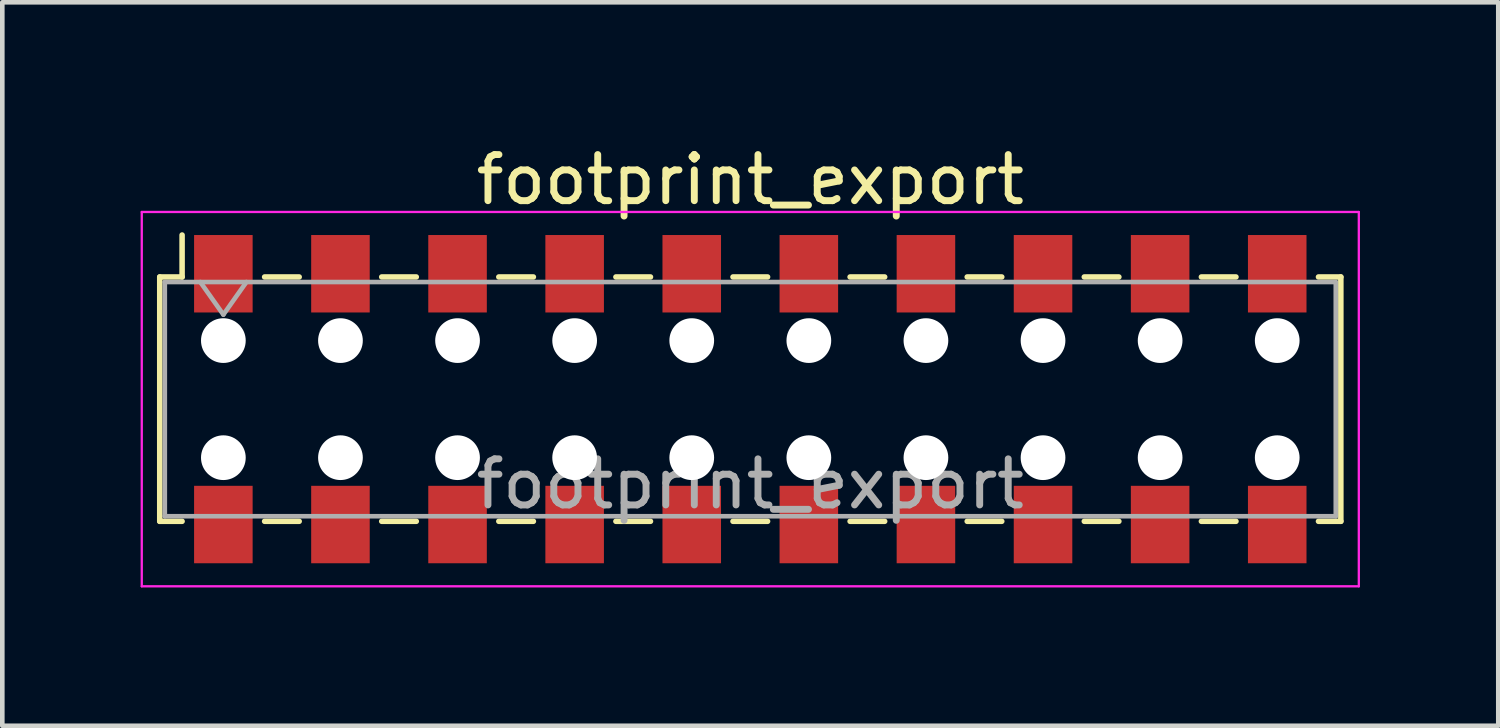
<source format=kicad_pcb>
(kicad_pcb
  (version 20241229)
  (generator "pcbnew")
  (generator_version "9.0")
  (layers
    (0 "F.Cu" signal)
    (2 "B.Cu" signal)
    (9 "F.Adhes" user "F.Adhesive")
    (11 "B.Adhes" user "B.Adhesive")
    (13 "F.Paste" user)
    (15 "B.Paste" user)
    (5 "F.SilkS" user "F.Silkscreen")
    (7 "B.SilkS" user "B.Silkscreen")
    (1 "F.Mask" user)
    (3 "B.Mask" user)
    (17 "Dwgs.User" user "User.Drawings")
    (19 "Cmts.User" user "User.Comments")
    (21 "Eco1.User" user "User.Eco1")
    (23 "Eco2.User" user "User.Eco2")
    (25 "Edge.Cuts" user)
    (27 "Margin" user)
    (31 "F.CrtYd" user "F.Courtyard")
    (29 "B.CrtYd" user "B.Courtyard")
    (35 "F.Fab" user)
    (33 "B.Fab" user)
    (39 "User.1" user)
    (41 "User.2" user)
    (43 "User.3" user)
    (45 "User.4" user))
  (footprint "footprint_export"
    (layer "F.Cu")
    (at 13.225 5.608)
    (property "Reference" "footprint_export" (at 0 -4.76 0) (layer "F.SilkS") (effects (font (size 1 1) (thickness 0.15))))
    (attr smd)
    (fp_line (start -12.81 -2.65) (end -12.81 2.65) (stroke (width 0.12) (type solid)) (layer "F.SilkS"))
    (fp_line (start -12.81 2.65) (end -12.325 2.65) (stroke (width 0.12) (type solid)) (layer "F.SilkS"))
    (fp_line (start -12.325 -3.56) (end -12.325 -2.65) (stroke (width 0.12) (type solid)) (layer "F.SilkS"))
    (fp_line (start -12.325 -2.65) (end -12.81 -2.65) (stroke (width 0.12) (type solid)) (layer "F.SilkS"))
    (fp_line (start -10.535 -2.65) (end -9.785 -2.65) (stroke (width 0.12) (type solid)) (layer "F.SilkS"))
    (fp_line (start -10.535 2.65) (end -9.785 2.65) (stroke (width 0.12) (type solid)) (layer "F.SilkS"))
    (fp_line (start -7.995 -2.65) (end -7.245 -2.65) (stroke (width 0.12) (type solid)) (layer "F.SilkS"))
    (fp_line (start -7.995 2.65) (end -7.245 2.65) (stroke (width 0.12) (type solid)) (layer "F.SilkS"))
    (fp_line (start -5.455 -2.65) (end -4.705 -2.65) (stroke (width 0.12) (type solid)) (layer "F.SilkS"))
    (fp_line (start -5.455 2.65) (end -4.705 2.65) (stroke (width 0.12) (type solid)) (layer "F.SilkS"))
    (fp_line (start -2.915 -2.65) (end -2.165 -2.65) (stroke (width 0.12) (type solid)) (layer "F.SilkS"))
    (fp_line (start -2.915 2.65) (end -2.165 2.65) (stroke (width 0.12) (type solid)) (layer "F.SilkS"))
    (fp_line (start -0.375 -2.65) (end 0.375 -2.65) (stroke (width 0.12) (type solid)) (layer "F.SilkS"))
    (fp_line (start -0.375 2.65) (end 0.375 2.65) (stroke (width 0.12) (type solid)) (layer "F.SilkS"))
    (fp_line (start 2.165 -2.65) (end 2.915 -2.65) (stroke (width 0.12) (type solid)) (layer "F.SilkS"))
    (fp_line (start 2.165 2.65) (end 2.915 2.65) (stroke (width 0.12) (type solid)) (layer "F.SilkS"))
    (fp_line (start 4.705 -2.65) (end 5.455 -2.65) (stroke (width 0.12) (type solid)) (layer "F.SilkS"))
    (fp_line (start 4.705 2.65) (end 5.455 2.65) (stroke (width 0.12) (type solid)) (layer "F.SilkS"))
    (fp_line (start 7.245 -2.65) (end 7.995 -2.65) (stroke (width 0.12) (type solid)) (layer "F.SilkS"))
    (fp_line (start 7.245 2.65) (end 7.995 2.65) (stroke (width 0.12) (type solid)) (layer "F.SilkS"))
    (fp_line (start 9.785 -2.65) (end 10.535 -2.65) (stroke (width 0.12) (type solid)) (layer "F.SilkS"))
    (fp_line (start 9.785 2.65) (end 10.535 2.65) (stroke (width 0.12) (type solid)) (layer "F.SilkS"))
    (fp_line (start 12.325 -2.65) (end 12.81 -2.65) (stroke (width 0.12) (type solid)) (layer "F.SilkS"))
    (fp_line (start 12.81 -2.65) (end 12.81 2.65) (stroke (width 0.12) (type solid)) (layer "F.SilkS"))
    (fp_line (start 12.81 2.65) (end 12.325 2.65) (stroke (width 0.12) (type solid)) (layer "F.SilkS"))
    (fp_line (start -13.2 -4.06) (end 13.2 -4.06) (stroke (width 0.05) (type solid)) (layer "F.CrtYd"))
    (fp_line (start -13.2 4.06) (end -13.2 -4.06) (stroke (width 0.05) (type solid)) (layer "F.CrtYd"))
    (fp_line (start 13.2 -4.06) (end 13.2 4.06) (stroke (width 0.05) (type solid)) (layer "F.CrtYd"))
    (fp_line (start 13.2 4.06) (end -13.2 4.06) (stroke (width 0.05) (type solid)) (layer "F.CrtYd"))
    (fp_line (start -12.7 -2.54) (end 12.7 -2.54) (stroke (width 0.1) (type solid)) (layer "F.Fab"))
    (fp_line (start -12.7 2.54) (end -12.7 -2.54) (stroke (width 0.1) (type solid)) (layer "F.Fab"))
    (fp_line (start -11.93 -2.54) (end -11.43 -1.833) (stroke (width 0.1) (type solid)) (layer "F.Fab"))
    (fp_line (start -11.43 -1.833) (end -10.93 -2.54) (stroke (width 0.1) (type solid)) (layer "F.Fab"))
    (fp_line (start 12.7 -2.54) (end 12.7 2.54) (stroke (width 0.1) (type solid)) (layer "F.Fab"))
    (fp_line (start 12.7 2.54) (end -12.7 2.54) (stroke (width 0.1) (type solid)) (layer "F.Fab"))
    (fp_text user "${REFERENCE}" (at 0 1.84 0) (layer "F.Fab") (effects (font (size 1 1) (thickness 0.15))))
    (pad "" np_thru_hole circle (at -11.43 -1.27) (size 0.97 0.97) (drill 0.97) (layers "*.Cu" "*.Mask"))
    (pad "" np_thru_hole circle (at -11.43 1.27) (size 0.97 0.97) (drill 0.97) (layers "*.Cu" "*.Mask"))
    (pad "" np_thru_hole circle (at -8.89 -1.27) (size 0.97 0.97) (drill 0.97) (layers "*.Cu" "*.Mask"))
    (pad "" np_thru_hole circle (at -8.89 1.27) (size 0.97 0.97) (drill 0.97) (layers "*.Cu" "*.Mask"))
    (pad "" np_thru_hole circle (at -6.35 -1.27) (size 0.97 0.97) (drill 0.97) (layers "*.Cu" "*.Mask"))
    (pad "" np_thru_hole circle (at -6.35 1.27) (size 0.97 0.97) (drill 0.97) (layers "*.Cu" "*.Mask"))
    (pad "" np_thru_hole circle (at -3.81 -1.27) (size 0.97 0.97) (drill 0.97) (layers "*.Cu" "*.Mask"))
    (pad "" np_thru_hole circle (at -3.81 1.27) (size 0.97 0.97) (drill 0.97) (layers "*.Cu" "*.Mask"))
    (pad "" np_thru_hole circle (at -1.27 -1.27) (size 0.97 0.97) (drill 0.97) (layers "*.Cu" "*.Mask"))
    (pad "" np_thru_hole circle (at -1.27 1.27) (size 0.97 0.97) (drill 0.97) (layers "*.Cu" "*.Mask"))
    (pad "" np_thru_hole circle (at 1.27 -1.27) (size 0.97 0.97) (drill 0.97) (layers "*.Cu" "*.Mask"))
    (pad "" np_thru_hole circle (at 1.27 1.27) (size 0.97 0.97) (drill 0.97) (layers "*.Cu" "*.Mask"))
    (pad "" np_thru_hole circle (at 3.81 -1.27) (size 0.97 0.97) (drill 0.97) (layers "*.Cu" "*.Mask"))
    (pad "" np_thru_hole circle (at 3.81 1.27) (size 0.97 0.97) (drill 0.97) (layers "*.Cu" "*.Mask"))
    (pad "" np_thru_hole circle (at 6.35 -1.27) (size 0.97 0.97) (drill 0.97) (layers "*.Cu" "*.Mask"))
    (pad "" np_thru_hole circle (at 6.35 1.27) (size 0.97 0.97) (drill 0.97) (layers "*.Cu" "*.Mask"))
    (pad "" np_thru_hole circle (at 8.89 -1.27) (size 0.97 0.97) (drill 0.97) (layers "*.Cu" "*.Mask"))
    (pad "" np_thru_hole circle (at 8.89 1.27) (size 0.97 0.97) (drill 0.97) (layers "*.Cu" "*.Mask"))
    (pad "" np_thru_hole circle (at 11.43 -1.27) (size 0.97 0.97) (drill 0.97) (layers "*.Cu" "*.Mask"))
    (pad "" np_thru_hole circle (at 11.43 1.27) (size 0.97 0.97) (drill 0.97) (layers "*.Cu" "*.Mask"))
    (pad "1" smd rect (at -11.43 -2.72) (size 1.27 1.68) (layers "F.Cu" "F.Mask" "F.Paste"))
    (pad "2" smd rect (at -11.43 2.72) (size 1.27 1.68) (layers "F.Cu" "F.Mask" "F.Paste"))
    (pad "3" smd rect (at -8.89 -2.72) (size 1.27 1.68) (layers "F.Cu" "F.Mask" "F.Paste"))
    (pad "4" smd rect (at -8.89 2.72) (size 1.27 1.68) (layers "F.Cu" "F.Mask" "F.Paste"))
    (pad "5" smd rect (at -6.35 -2.72) (size 1.27 1.68) (layers "F.Cu" "F.Mask" "F.Paste"))
    (pad "6" smd rect (at -6.35 2.72) (size 1.27 1.68) (layers "F.Cu" "F.Mask" "F.Paste"))
    (pad "7" smd rect (at -3.81 -2.72) (size 1.27 1.68) (layers "F.Cu" "F.Mask" "F.Paste"))
    (pad "8" smd rect (at -3.81 2.72) (size 1.27 1.68) (layers "F.Cu" "F.Mask" "F.Paste"))
    (pad "9" smd rect (at -1.27 -2.72) (size 1.27 1.68) (layers "F.Cu" "F.Mask" "F.Paste"))
    (pad "10" smd rect (at -1.27 2.72) (size 1.27 1.68) (layers "F.Cu" "F.Mask" "F.Paste"))
    (pad "11" smd rect (at 1.27 -2.72) (size 1.27 1.68) (layers "F.Cu" "F.Mask" "F.Paste"))
    (pad "12" smd rect (at 1.27 2.72) (size 1.27 1.68) (layers "F.Cu" "F.Mask" "F.Paste"))
    (pad "13" smd rect (at 3.81 -2.72) (size 1.27 1.68) (layers "F.Cu" "F.Mask" "F.Paste"))
    (pad "14" smd rect (at 3.81 2.72) (size 1.27 1.68) (layers "F.Cu" "F.Mask" "F.Paste"))
    (pad "15" smd rect (at 6.35 -2.72) (size 1.27 1.68) (layers "F.Cu" "F.Mask" "F.Paste"))
    (pad "16" smd rect (at 6.35 2.72) (size 1.27 1.68) (layers "F.Cu" "F.Mask" "F.Paste"))
    (pad "17" smd rect (at 8.89 -2.72) (size 1.27 1.68) (layers "F.Cu" "F.Mask" "F.Paste"))
    (pad "18" smd rect (at 8.89 2.72) (size 1.27 1.68) (layers "F.Cu" "F.Mask" "F.Paste"))
    (pad "19" smd rect (at 11.43 -2.72) (size 1.27 1.68) (layers "F.Cu" "F.Mask" "F.Paste"))
    (pad "20" smd rect (at 11.43 2.72) (size 1.27 1.68) (layers "F.Cu" "F.Mask" "F.Paste")))
  (gr_rect
    (start -3 -3)
    (end 29.45 12.693)
    (stroke (width 0.1) (type default))
    (fill no)
    (layer "Edge.Cuts")))
</source>
